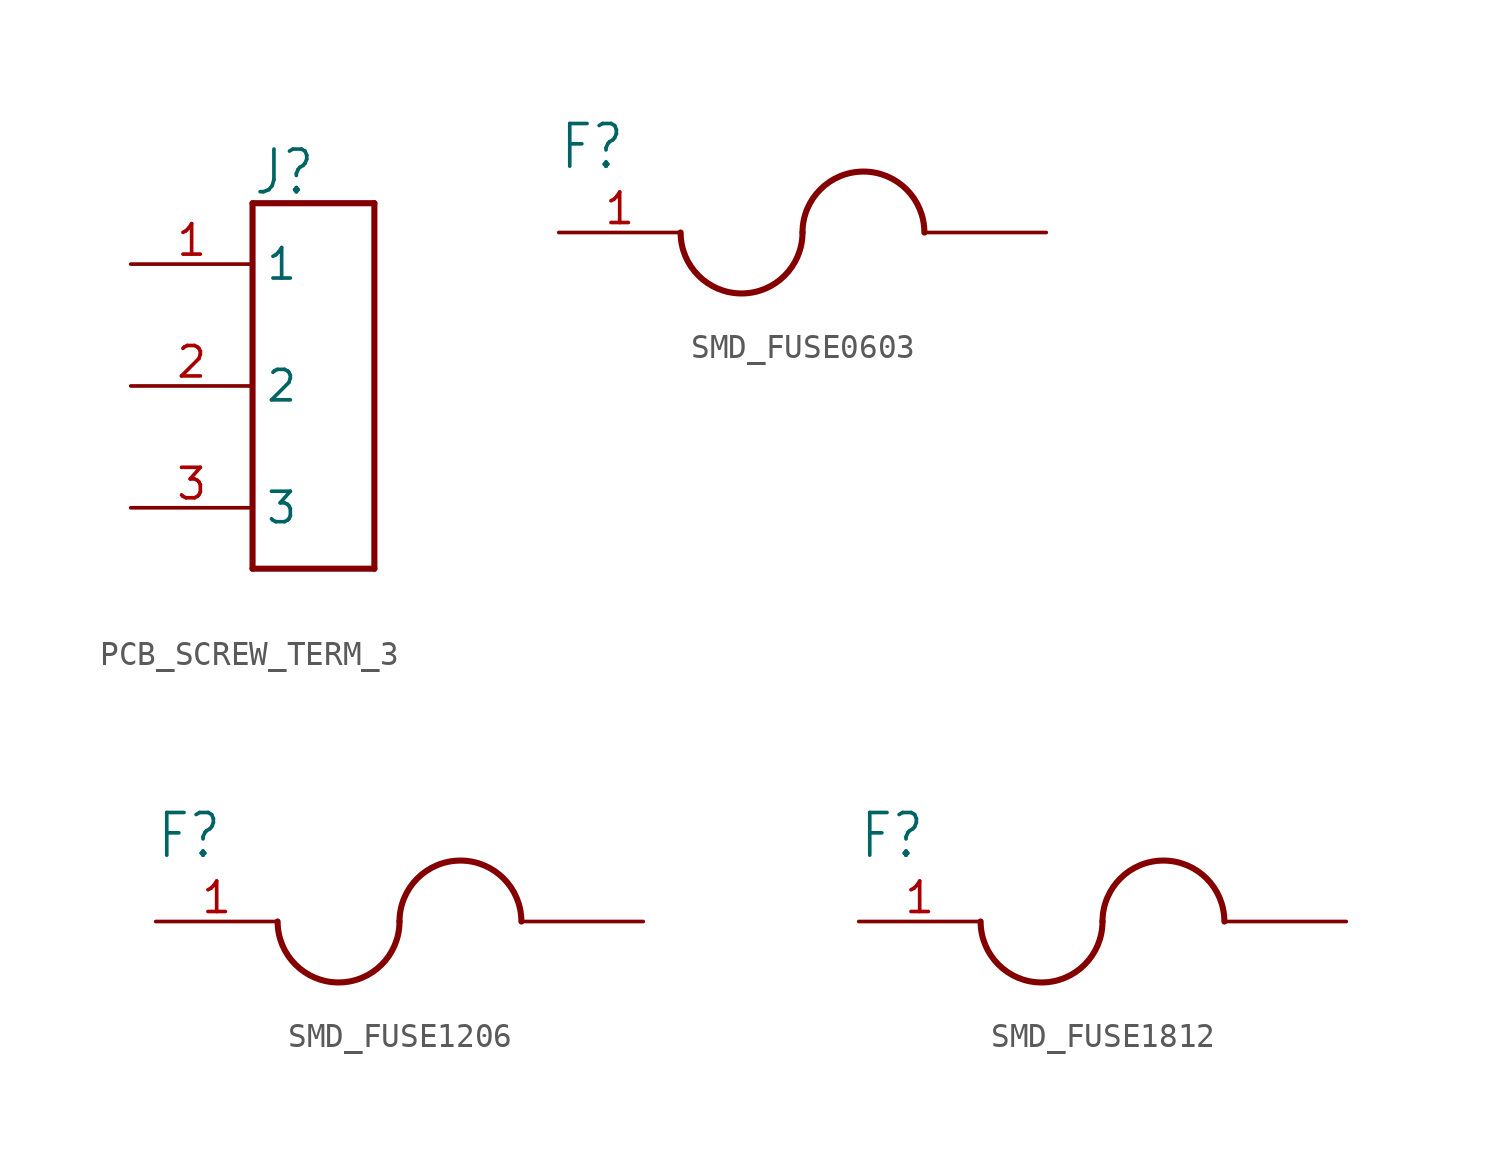
<source format=kicad_sym>
(kicad_symbol_lib
  (version 20220914)
  (generator kicad_symbol_editor)
  (symbol "PCB_SCREW_TERM_3"
    (property "Reference" "J"
      (at -2.54 7.874 0)
      (effects (font (size 1.778 1.511)) (justify left bottom)))
    (property "Value" ""
      (at -2.54 -7.874 0)
      (effects (font (size 1.778 1.511)) (justify left top)))
    (property "ki_locked" ""
      (at 0 0 0)
      (effects (font (size 1.27 1.27))))
    (symbol "PCB_SCREW_TERM_3_1_0"
      (polyline (pts (xy -2.54 -7.62) (xy 2.54 -7.62)) (stroke (width 0.254) (type solid)) (fill (type none)))
      (polyline (pts (xy -2.54 7.62) (xy -2.54 -7.62)) (stroke (width 0.254) (type solid)) (fill (type none)))
      (polyline (pts (xy 2.54 -7.62) (xy 2.54 7.62)) (stroke (width 0.254) (type solid)) (fill (type none)))
      (polyline (pts (xy 2.54 7.62) (xy -2.54 7.62)) (stroke (width 0.254) (type solid)) (fill (type none)))
      (pin passive line (at -7.62 5.08 0) (length 5.08) (name "1" (effects (font (size 1.27 1.27)))) (number "1" (effects (font (size 1.27 1.27)))))
      (pin passive line (at -7.62 0 0) (length 5.08) (name "2" (effects (font (size 1.27 1.27)))) (number "2" (effects (font (size 1.27 1.27)))))
      (pin passive line (at -7.62 -5.08 0) (length 5.08) (name "3" (effects (font (size 1.27 1.27)))) (number "3" (effects (font (size 1.27 1.27)))))))
  (symbol "SMD_FUSE0603"
    (property "Reference" "F"
      (at -10.16 2.54 0)
      (effects (font (size 1.778 1.511)) (justify left bottom)))
    (property "Value" ""
      (at -10.16 -2.54 0)
      (effects (font (size 1.778 1.511)) (justify left top)))
    (property "ki_locked" ""
      (at 0 0 0)
      (effects (font (size 1.27 1.27))))
    (symbol "SMD_FUSE0603_1_0"
      (arc (start -5.08 0) (mid -2.54 -2.54) (end 0 0) (stroke (width 0.254) (type solid)) (fill (type none)))
      (arc (start 5.08 0) (mid 2.54 2.54) (end 0 0) (stroke (width 0.254) (type solid)) (fill (type none)))
      (pin passive line (at -10.16 0 0) (length 5.08) (name "1" (effects (font (size 0 0)))) (number "1" (effects (font (size 1.27 1.27)))))
      (pin passive line (at 10.16 0 180) (length 5.08) (name "2" (effects (font (size 0 0)))) (number "2" (effects (font (size 0 0)))))))
  (symbol "SMD_FUSE1206"
    (property "Reference" "F"
      (at -10.16 2.54 0)
      (effects (font (size 1.778 1.511)) (justify left bottom)))
    (property "Value" ""
      (at -10.16 -2.54 0)
      (effects (font (size 1.778 1.511)) (justify left top)))
    (property "ki_locked" ""
      (at 0 0 0)
      (effects (font (size 1.27 1.27))))
    (symbol "SMD_FUSE1206_1_0"
      (arc (start -5.08 0) (mid -2.54 -2.54) (end 0 0) (stroke (width 0.254) (type solid)) (fill (type none)))
      (arc (start 5.08 0) (mid 2.54 2.54) (end 0 0) (stroke (width 0.254) (type solid)) (fill (type none)))
      (pin passive line (at -10.16 0 0) (length 5.08) (name "1" (effects (font (size 0 0)))) (number "1" (effects (font (size 1.27 1.27)))))
      (pin passive line (at 10.16 0 180) (length 5.08) (name "2" (effects (font (size 0 0)))) (number "2" (effects (font (size 0 0)))))))
  (symbol "SMD_FUSE1812"
    (property "Reference" "F"
      (at -10.16 2.54 0)
      (effects (font (size 1.778 1.511)) (justify left bottom)))
    (property "Value" ""
      (at -10.16 -2.54 0)
      (effects (font (size 1.778 1.511)) (justify left top)))
    (property "ki_locked" ""
      (at 0 0 0)
      (effects (font (size 1.27 1.27))))
    (symbol "SMD_FUSE1812_1_0"
      (arc (start -5.08 0) (mid -2.54 -2.54) (end 0 0) (stroke (width 0.254) (type solid)) (fill (type none)))
      (arc (start 5.08 0) (mid 2.54 2.54) (end 0 0) (stroke (width 0.254) (type solid)) (fill (type none)))
      (pin passive line (at -10.16 0 0) (length 5.08) (name "1" (effects (font (size 0 0)))) (number "1" (effects (font (size 1.27 1.27)))))
      (pin passive line (at 10.16 0 180) (length 5.08) (name "2" (effects (font (size 0 0)))) (number "2" (effects (font (size 0 0))))))))
</source>
